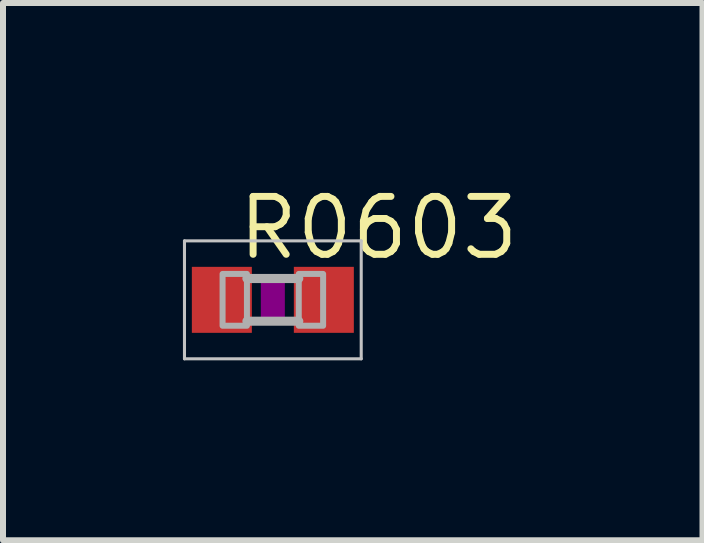
<source format=kicad_pcb>
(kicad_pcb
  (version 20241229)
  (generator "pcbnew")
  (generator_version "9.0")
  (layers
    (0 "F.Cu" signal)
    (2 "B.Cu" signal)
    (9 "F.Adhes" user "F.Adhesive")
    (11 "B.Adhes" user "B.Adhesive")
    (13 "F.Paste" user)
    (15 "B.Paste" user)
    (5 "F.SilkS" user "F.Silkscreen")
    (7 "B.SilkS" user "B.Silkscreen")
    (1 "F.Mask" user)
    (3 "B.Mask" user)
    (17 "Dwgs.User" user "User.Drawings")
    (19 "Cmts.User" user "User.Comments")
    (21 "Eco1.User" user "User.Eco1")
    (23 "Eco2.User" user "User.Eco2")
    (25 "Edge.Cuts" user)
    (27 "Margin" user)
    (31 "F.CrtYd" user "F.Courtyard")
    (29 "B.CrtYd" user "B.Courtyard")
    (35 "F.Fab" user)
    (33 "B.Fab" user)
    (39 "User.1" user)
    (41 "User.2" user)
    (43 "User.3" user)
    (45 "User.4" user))
  (footprint "R0603"
    (layer "F.Cu")
    (at 1.498 1.948)
    (property "Reference" "R0603" (at -0.635 -0.635 180) (layer "F.SilkS") (effects (font (size 0.965 0.965) (thickness 0.116)) (justify left bottom)))
    (attr through_hole)
    (fp_poly (pts (xy -0.2 0.4) (xy 0.2 0.4) (xy 0.2 -0.4) (xy -0.2 -0.4)) (stroke (width 0) (type solid)) (fill yes) (layer "F.Adhes"))
    (fp_line (start -1.473 -0.983) (end 1.473 -0.983) (stroke (width 0.051) (type solid)) (layer "Dwgs.User"))
    (fp_line (start -1.473 0.983) (end -1.473 -0.983) (stroke (width 0.051) (type solid)) (layer "Dwgs.User"))
    (fp_line (start 1.473 -0.983) (end 1.473 0.983) (stroke (width 0.051) (type solid)) (layer "Dwgs.User"))
    (fp_line (start 1.473 0.983) (end -1.473 0.983) (stroke (width 0.051) (type solid)) (layer "Dwgs.User"))
    (fp_line (start -0.432 0.356) (end 0.432 0.356) (stroke (width 0.152) (type solid)) (layer "F.Fab"))
    (fp_line (start 0.432 -0.356) (end -0.432 -0.356) (stroke (width 0.152) (type solid)) (layer "F.Fab"))
    (fp_poly (pts (xy -0.838 0.432) (xy -0.432 0.432) (xy -0.432 -0.432) (xy -0.838 -0.432)) (stroke (width 0.1) (type solid)) (fill no) (layer "F.Fab"))
    (fp_poly (pts (xy 0.432 0.432) (xy 0.838 0.432) (xy 0.838 -0.432) (xy 0.432 -0.432)) (stroke (width 0.1) (type solid)) (fill no) (layer "F.Fab"))
    (pad "1" smd rect (at -0.85 0) (size 1 1.1) (layers "F.Cu" "F.Mask" "F.Paste"))
    (pad "2" smd rect (at 0.85 0) (size 1 1.1) (layers "F.Cu" "F.Mask" "F.Paste")))
  (gr_rect
    (start -3 -3)
    (end 8.66 5.956)
    (stroke (width 0.1) (type default))
    (fill no)
    (layer "Edge.Cuts")))
</source>
